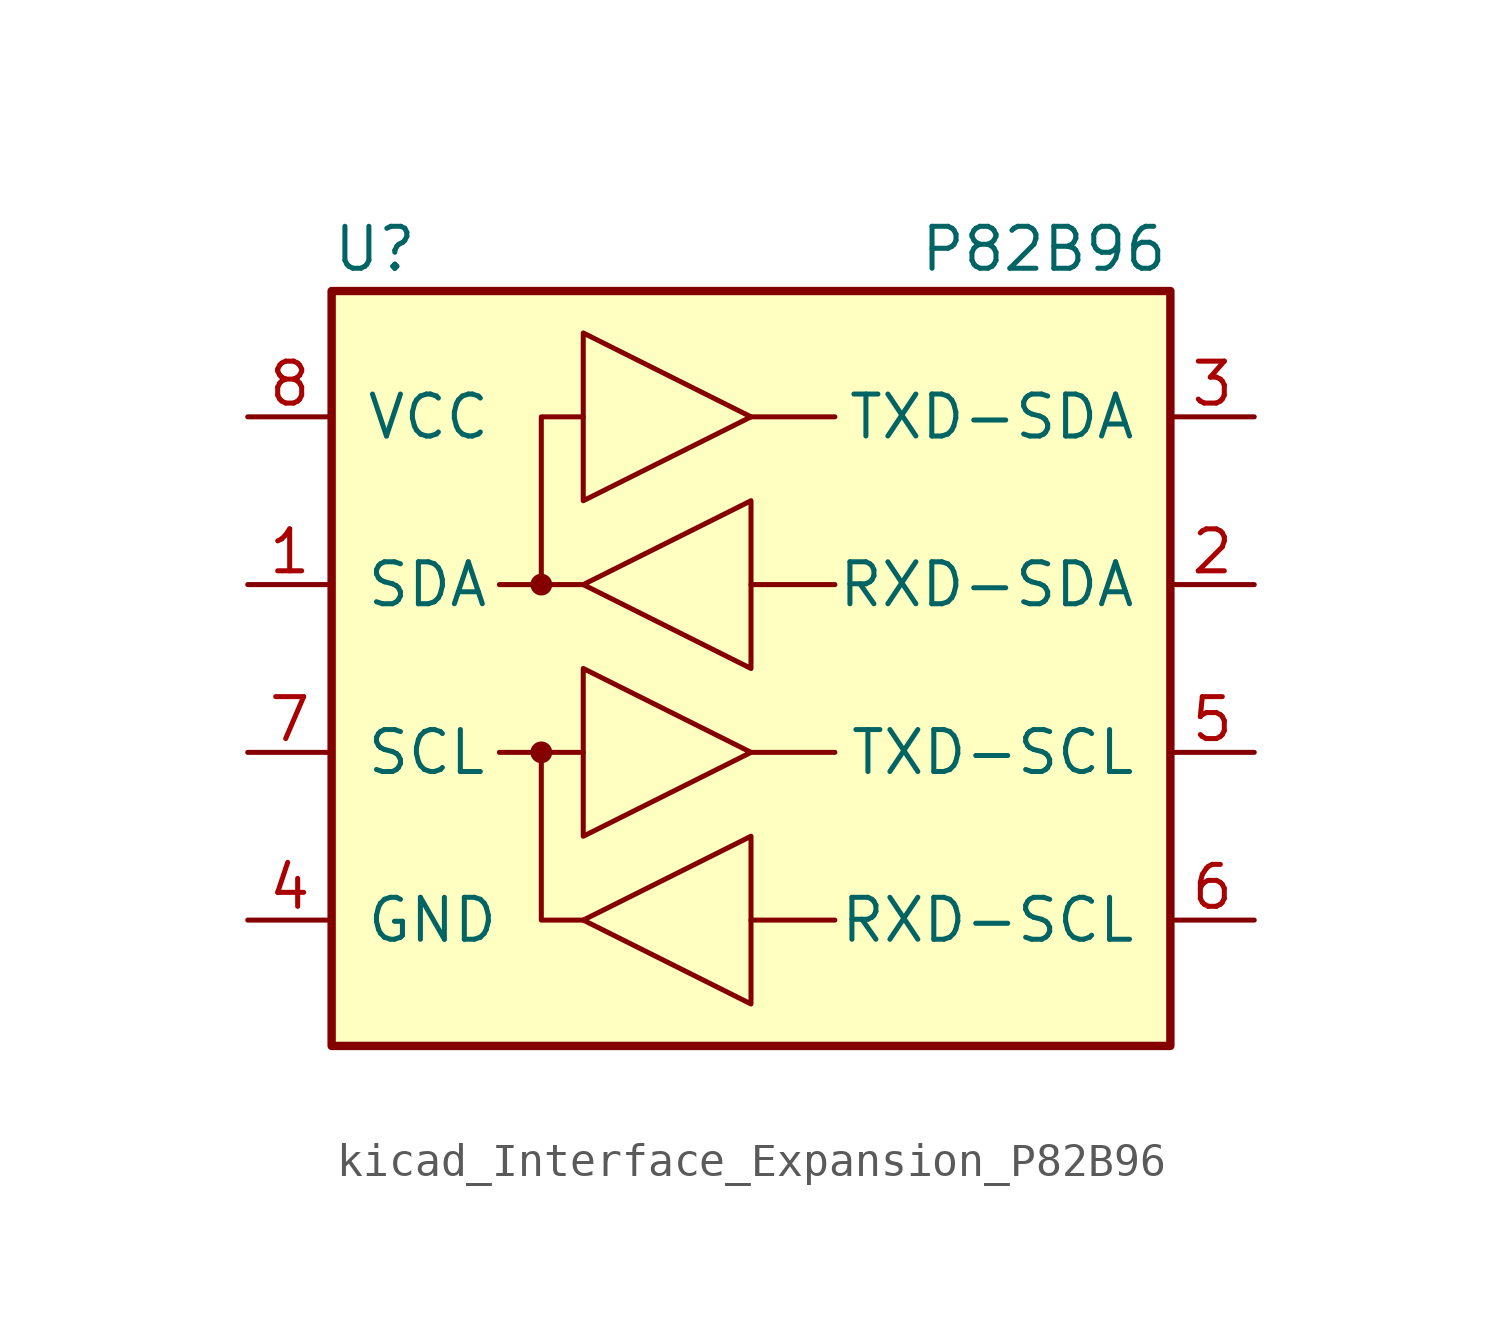
<source format=kicad_sym>
(kicad_symbol_lib
  (version 20220914)
  (generator kicad_symbol_editor)
  (symbol "kicad_Interface_Expansion_P82B96"
    (pin_names
      (offset 1.016))
    (property "Reference" "U"
      (at -12.7 12.7 0)
      (effects (font (size 1.27 1.27)) (justify left)))
    (property "Value" "P82B96"
      (at 5.08 12.7 0)
      (effects (font (size 1.27 1.27)) (justify left)))
    (symbol "kicad_Interface_Expansion_P82B96_0_1"
      (rectangle (start -12.7 11.43) (end 12.7 -11.43) (stroke (width 0.254) (type default)) (fill (type background)))
      (circle (center -6.35 -2.54) (radius 0.127) (stroke (width 0) (type default)) (fill (type none)))
      (circle (center -6.35 -2.54) (radius 0.254) (stroke (width 0) (type default)) (fill (type none)))
      (circle (center -6.35 2.54) (radius 0.127) (stroke (width 0) (type default)) (fill (type none)))
      (circle (center -6.35 2.54) (radius 0.254) (stroke (width 0) (type default)) (fill (type none)))
      (polyline (pts (xy -5.08 -2.54) (xy -7.62 -2.54)) (stroke (width 0) (type default)) (fill (type none)))
      (polyline (pts (xy 0 -7.62) (xy 2.54 -7.62)) (stroke (width 0) (type default)) (fill (type none)))
      (polyline (pts (xy 0 -2.54) (xy 2.54 -2.54)) (stroke (width 0) (type default)) (fill (type none)))
      (polyline (pts (xy -5.08 -7.62) (xy -6.35 -7.62) (xy -6.35 -2.54)) (stroke (width 0) (type default)) (fill (type none)))
      (polyline (pts (xy -5.08 2.54) (xy -7.62 2.54) (xy -7.62 2.54)) (stroke (width 0) (type default)) (fill (type none)))
      (polyline (pts (xy 0 7.62) (xy 2.54 7.62) (xy 2.54 7.62)) (stroke (width 0) (type default)) (fill (type none)))
      (polyline (pts (xy 2.54 2.54) (xy 0 2.54) (xy 0 2.54)) (stroke (width 0) (type default)) (fill (type none)))
      (polyline (pts (xy -6.35 2.54) (xy -6.35 7.62) (xy -5.08 7.62) (xy -5.08 7.62)) (stroke (width 0) (type default)) (fill (type none)))
      (polyline (pts (xy -5.08 0) (xy -5.08 -5.08) (xy 0 -2.54) (xy -5.08 0) (xy -5.08 0)) (stroke (width 0) (type default)) (fill (type none)))
      (polyline (pts (xy -5.08 10.16) (xy -5.08 5.08) (xy 0 7.62) (xy -5.08 10.16) (xy -5.08 10.16)) (stroke (width 0) (type default)) (fill (type none)))
      (polyline (pts (xy 0 -5.08) (xy -5.08 -7.62) (xy 0 -10.16) (xy 0 -5.08) (xy 0 -5.08)) (stroke (width 0) (type default)) (fill (type none)))
      (polyline (pts (xy 0 5.08) (xy -5.08 2.54) (xy 0 0) (xy 0 5.08) (xy 0 5.08)) (stroke (width 0) (type default)) (fill (type none))))
    (symbol "kicad_Interface_Expansion_P82B96_1_1"
      (pin bidirectional line (at -15.24 2.54 0) (length 2.54) (name "SDA" (effects (font (size 1.27 1.27)))) (number "1" (effects (font (size 1.27 1.27)))))
      (pin input line (at 15.24 2.54 180) (length 2.54) (name "RXD-SDA" (effects (font (size 1.27 1.27)))) (number "2" (effects (font (size 1.27 1.27)))))
      (pin output line (at 15.24 7.62 180) (length 2.54) (name "TXD-SDA" (effects (font (size 1.27 1.27)))) (number "3" (effects (font (size 1.27 1.27)))))
      (pin power_in line (at -15.24 -7.62 0) (length 2.54) (name "GND" (effects (font (size 1.27 1.27)))) (number "4" (effects (font (size 1.27 1.27)))))
      (pin output line (at 15.24 -2.54 180) (length 2.54) (name "TXD-SCL" (effects (font (size 1.27 1.27)))) (number "5" (effects (font (size 1.27 1.27)))))
      (pin input line (at 15.24 -7.62 180) (length 2.54) (name "RXD-SCL" (effects (font (size 1.27 1.27)))) (number "6" (effects (font (size 1.27 1.27)))))
      (pin bidirectional line (at -15.24 -2.54 0) (length 2.54) (name "SCL" (effects (font (size 1.27 1.27)))) (number "7" (effects (font (size 1.27 1.27)))))
      (pin power_in line (at -15.24 7.62 0) (length 2.54) (name "VCC" (effects (font (size 1.27 1.27)))) (number "8" (effects (font (size 1.27 1.27))))))))
</source>
